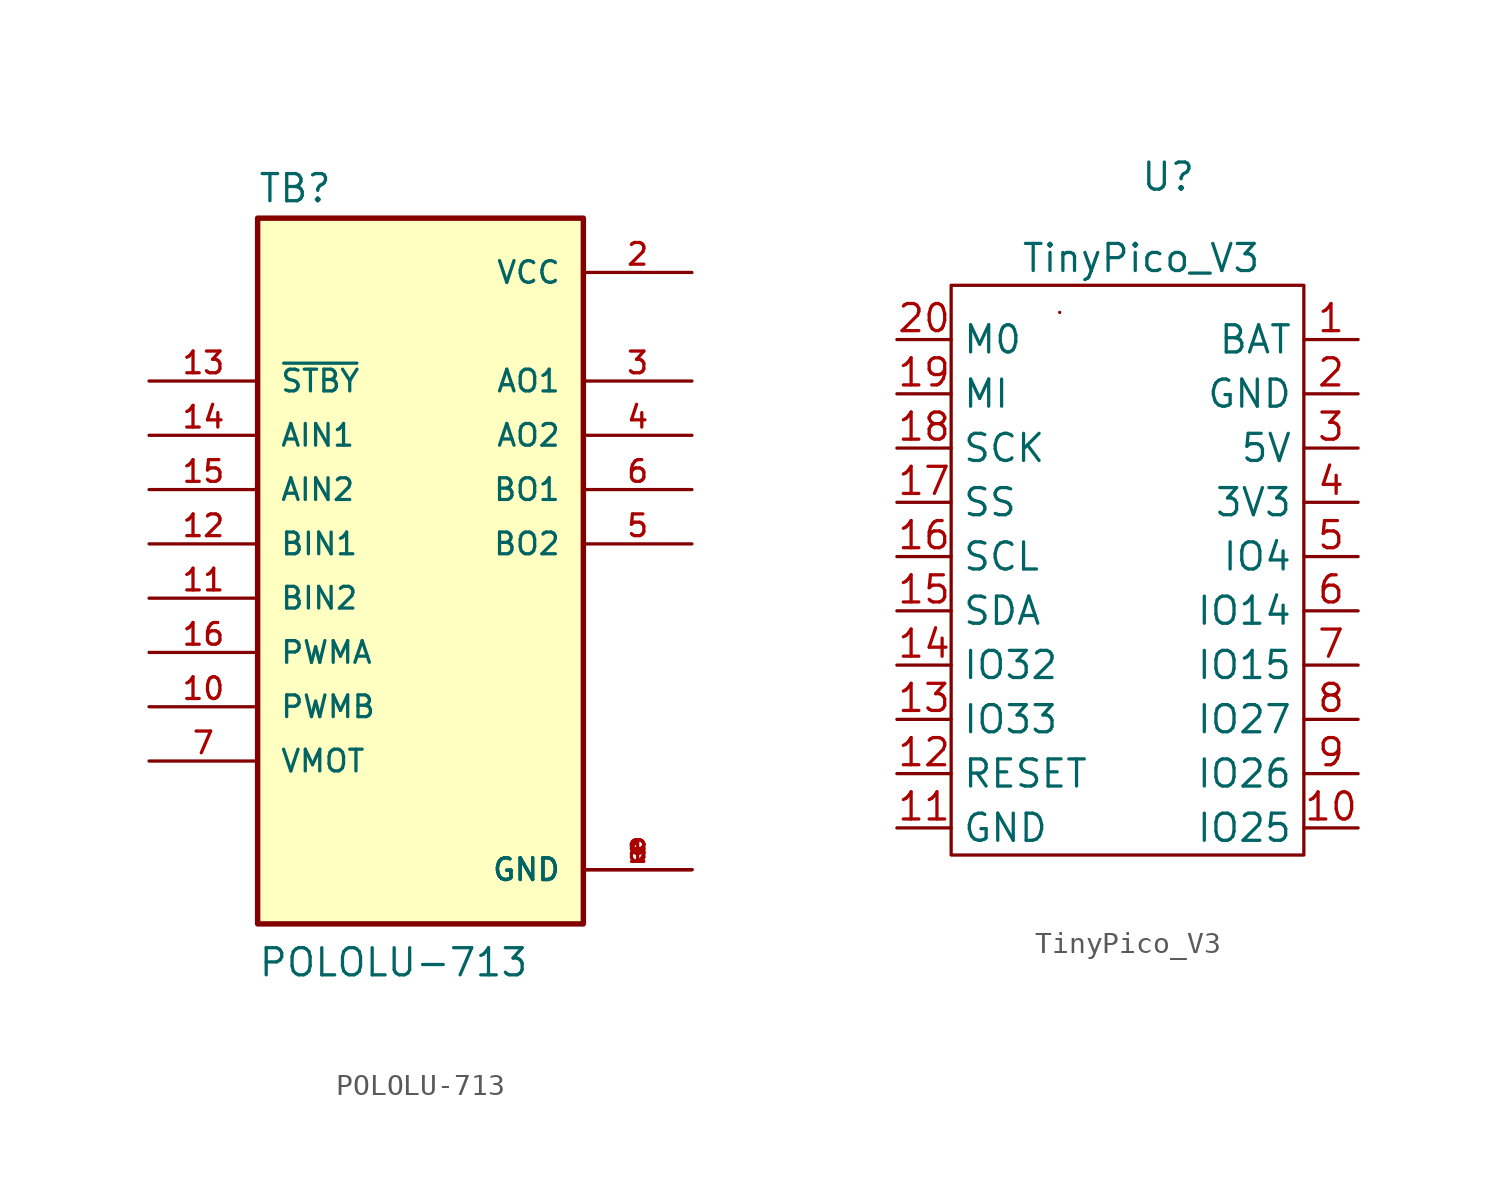
<source format=kicad_sym>
(kicad_symbol_lib
  (version 20220914)
  (generator kicad_symbol_editor)
  (symbol "POLOLU-713"
    (pin_names
      (offset 1.016))
    (property "Reference" "TB"
      (at -7.629 15.893 0)
      (effects (font (size 1.27 1.27)) (justify left bottom)))
    (property "Value" "POLOLU-713"
      (at -7.622 -20.326 0)
      (effects (font (size 1.27 1.27)) (justify left bottom)))
    (symbol "POLOLU-713_0_0"
      (rectangle (start -7.62 15.24) (end 7.62 -17.78) (stroke (width 0.254) (type default)) (fill (type background)))
      (pin power_in line (at 12.7 -15.24 180) (length 5.08) (name "GND" (effects (font (size 1.016 1.016)))) (number "1" (effects (font (size 1.016 1.016)))))
      (pin input line (at -12.7 -7.62 0) (length 5.08) (name "PWMB" (effects (font (size 1.016 1.016)))) (number "10" (effects (font (size 1.016 1.016)))))
      (pin input line (at -12.7 -2.54 0) (length 5.08) (name "BIN2" (effects (font (size 1.016 1.016)))) (number "11" (effects (font (size 1.016 1.016)))))
      (pin input line (at -12.7 0 0) (length 5.08) (name "BIN1" (effects (font (size 1.016 1.016)))) (number "12" (effects (font (size 1.016 1.016)))))
      (pin input line (at -12.7 7.62 0) (length 5.08) (name "~{STBY}" (effects (font (size 1.016 1.016)))) (number "13" (effects (font (size 1.016 1.016)))))
      (pin input line (at -12.7 5.08 0) (length 5.08) (name "AIN1" (effects (font (size 1.016 1.016)))) (number "14" (effects (font (size 1.016 1.016)))))
      (pin input line (at -12.7 2.54 0) (length 5.08) (name "AIN2" (effects (font (size 1.016 1.016)))) (number "15" (effects (font (size 1.016 1.016)))))
      (pin input line (at -12.7 -5.08 0) (length 5.08) (name "PWMA" (effects (font (size 1.016 1.016)))) (number "16" (effects (font (size 1.016 1.016)))))
      (pin power_in line (at 12.7 12.7 180) (length 5.08) (name "VCC" (effects (font (size 1.016 1.016)))) (number "2" (effects (font (size 1.016 1.016)))))
      (pin output line (at 12.7 7.62 180) (length 5.08) (name "AO1" (effects (font (size 1.016 1.016)))) (number "3" (effects (font (size 1.016 1.016)))))
      (pin output line (at 12.7 5.08 180) (length 5.08) (name "AO2" (effects (font (size 1.016 1.016)))) (number "4" (effects (font (size 1.016 1.016)))))
      (pin output line (at 12.7 0 180) (length 5.08) (name "BO2" (effects (font (size 1.016 1.016)))) (number "5" (effects (font (size 1.016 1.016)))))
      (pin output line (at 12.7 2.54 180) (length 5.08) (name "BO1" (effects (font (size 1.016 1.016)))) (number "6" (effects (font (size 1.016 1.016)))))
      (pin input line (at -12.7 -10.16 0) (length 5.08) (name "VMOT" (effects (font (size 1.016 1.016)))) (number "7" (effects (font (size 1.016 1.016)))))
      (pin power_in line (at 12.7 -15.24 180) (length 5.08) (name "GND" (effects (font (size 1.016 1.016)))) (number "8" (effects (font (size 1.016 1.016)))))
      (pin power_in line (at 12.7 -15.24 180) (length 5.08) (name "GND" (effects (font (size 1.016 1.016)))) (number "9" (effects (font (size 1.016 1.016)))))))
  (symbol "TinyPico_V3"
    (property "Reference" "U"
      (at 5.08 8.89 0)
      (effects (font (size 1.27 1.27))))
    (property "Value" "TinyPico_V3"
      (at 3.81 5.08 0)
      (effects (font (size 1.27 1.27))))
    (symbol "TinyPico_V3_0_1"
      (rectangle (start -5.08 3.81) (end 11.43 -22.86) (stroke (width 0) (type default)) (fill (type none)))
      (rectangle (start 0 2.54) (end 0 2.54) (stroke (width 0) (type default)) (fill (type none))))
    (symbol "TinyPico_V3_1_1"
      (pin input line (at 13.97 1.27 180) (length 2.54) (name "BAT" (effects (font (size 1.27 1.27)))) (number "1" (effects (font (size 1.27 1.27)))))
      (pin input line (at 13.97 -21.59 180) (length 2.54) (name "IO25" (effects (font (size 1.27 1.27)))) (number "10" (effects (font (size 1.27 1.27)))))
      (pin input line (at -7.62 -21.59 0) (length 2.54) (name "GND" (effects (font (size 1.27 1.27)))) (number "11" (effects (font (size 1.27 1.27)))))
      (pin input line (at -7.62 -19.05 0) (length 2.54) (name "RESET" (effects (font (size 1.27 1.27)))) (number "12" (effects (font (size 1.27 1.27)))))
      (pin input line (at -7.62 -16.51 0) (length 2.54) (name "IO33" (effects (font (size 1.27 1.27)))) (number "13" (effects (font (size 1.27 1.27)))))
      (pin input line (at -7.62 -13.97 0) (length 2.54) (name "IO32" (effects (font (size 1.27 1.27)))) (number "14" (effects (font (size 1.27 1.27)))))
      (pin input line (at -7.62 -11.43 0) (length 2.54) (name "SDA" (effects (font (size 1.27 1.27)))) (number "15" (effects (font (size 1.27 1.27)))))
      (pin input line (at -7.62 -8.89 0) (length 2.54) (name "SCL" (effects (font (size 1.27 1.27)))) (number "16" (effects (font (size 1.27 1.27)))))
      (pin input line (at -7.62 -6.35 0) (length 2.54) (name "SS" (effects (font (size 1.27 1.27)))) (number "17" (effects (font (size 1.27 1.27)))))
      (pin input line (at -7.62 -3.81 0) (length 2.54) (name "SCK" (effects (font (size 1.27 1.27)))) (number "18" (effects (font (size 1.27 1.27)))))
      (pin input line (at -7.62 -1.27 0) (length 2.54) (name "MI" (effects (font (size 1.27 1.27)))) (number "19" (effects (font (size 1.27 1.27)))))
      (pin input line (at 13.97 -1.27 180) (length 2.54) (name "GND" (effects (font (size 1.27 1.27)))) (number "2" (effects (font (size 1.27 1.27)))))
      (pin input line (at -7.62 1.27 0) (length 2.54) (name "M0" (effects (font (size 1.27 1.27)))) (number "20" (effects (font (size 1.27 1.27)))))
      (pin input line (at 13.97 -3.81 180) (length 2.54) (name "5V" (effects (font (size 1.27 1.27)))) (number "3" (effects (font (size 1.27 1.27)))))
      (pin input line (at 13.97 -6.35 180) (length 2.54) (name "3V3" (effects (font (size 1.27 1.27)))) (number "4" (effects (font (size 1.27 1.27)))))
      (pin input line (at 13.97 -8.89 180) (length 2.54) (name "IO4" (effects (font (size 1.27 1.27)))) (number "5" (effects (font (size 1.27 1.27)))))
      (pin input line (at 13.97 -11.43 180) (length 2.54) (name "IO14" (effects (font (size 1.27 1.27)))) (number "6" (effects (font (size 1.27 1.27)))))
      (pin input line (at 13.97 -13.97 180) (length 2.54) (name "IO15" (effects (font (size 1.27 1.27)))) (number "7" (effects (font (size 1.27 1.27)))))
      (pin input line (at 13.97 -16.51 180) (length 2.54) (name "IO27" (effects (font (size 1.27 1.27)))) (number "8" (effects (font (size 1.27 1.27)))))
      (pin input line (at 13.97 -19.05 180) (length 2.54) (name "IO26" (effects (font (size 1.27 1.27)))) (number "9" (effects (font (size 1.27 1.27))))))))
</source>
